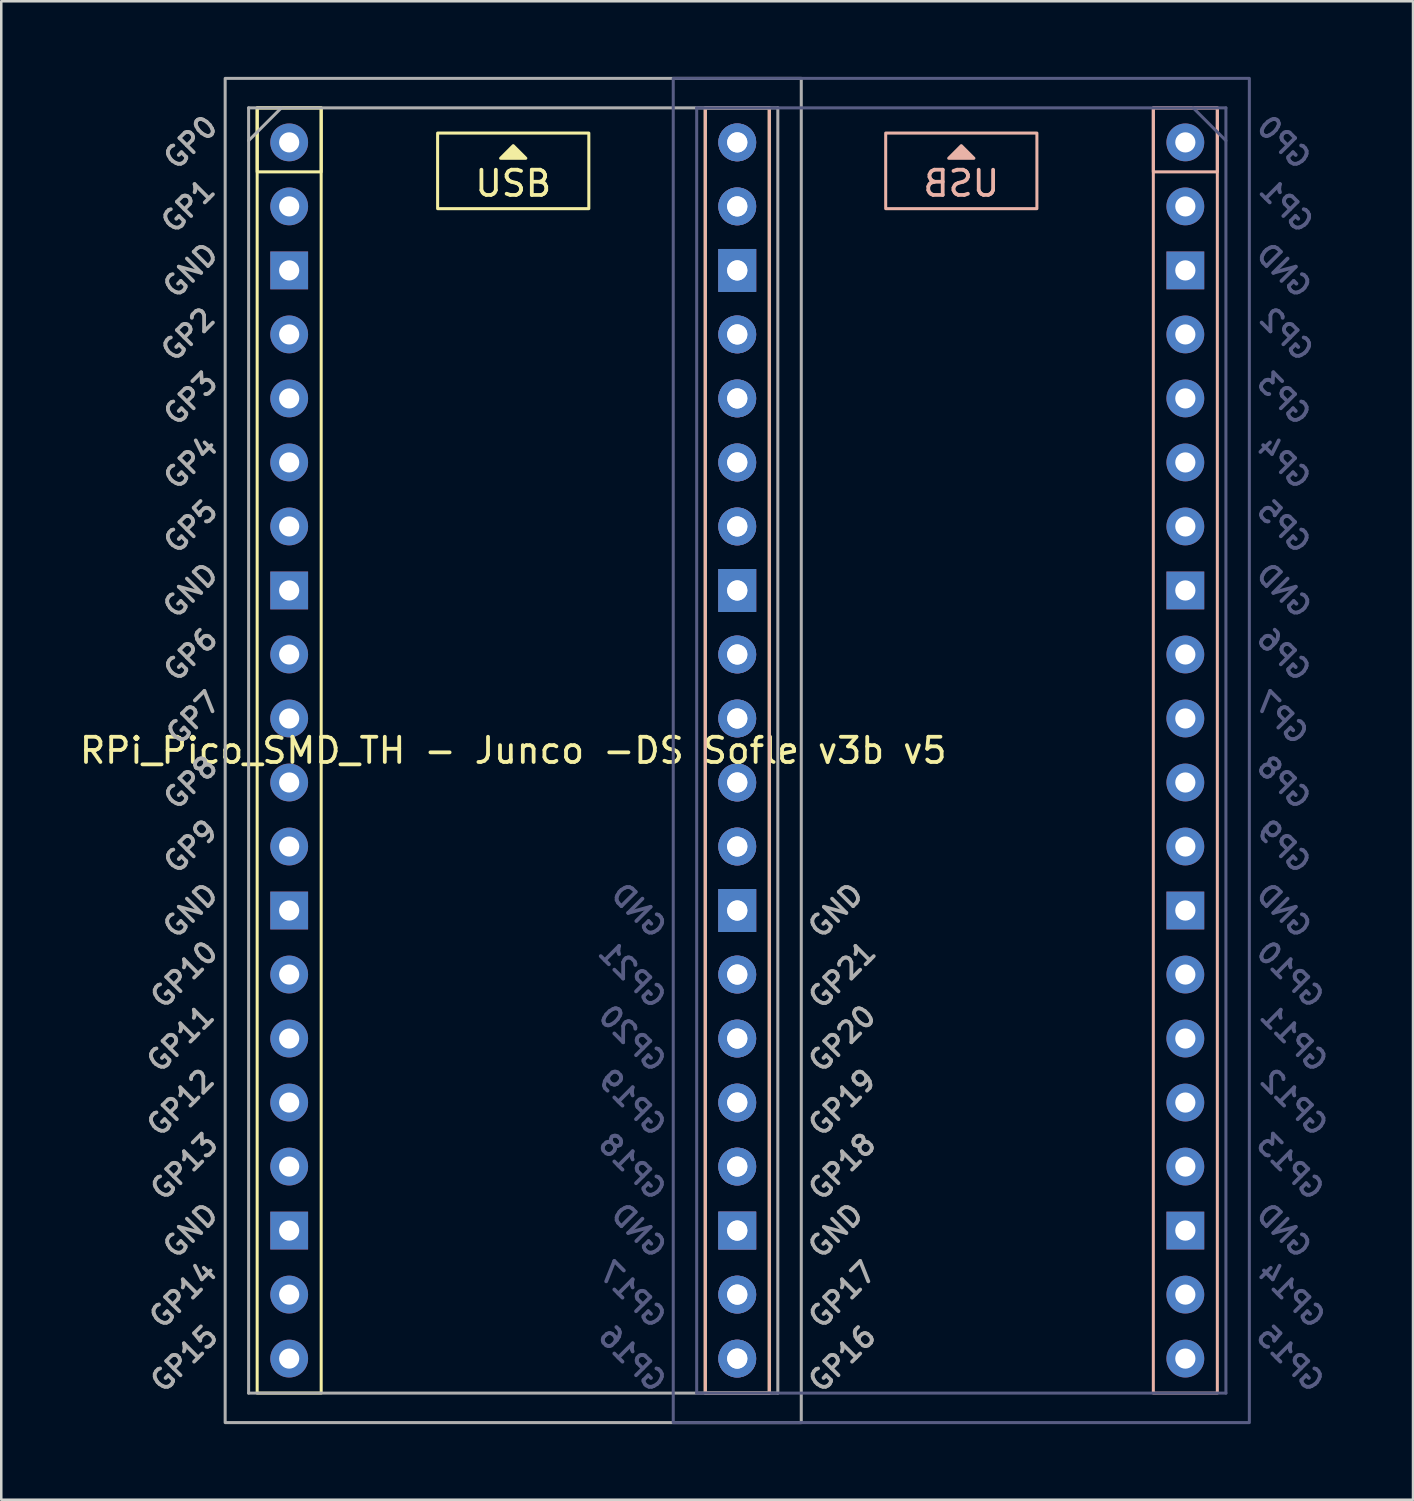
<source format=kicad_pcb>
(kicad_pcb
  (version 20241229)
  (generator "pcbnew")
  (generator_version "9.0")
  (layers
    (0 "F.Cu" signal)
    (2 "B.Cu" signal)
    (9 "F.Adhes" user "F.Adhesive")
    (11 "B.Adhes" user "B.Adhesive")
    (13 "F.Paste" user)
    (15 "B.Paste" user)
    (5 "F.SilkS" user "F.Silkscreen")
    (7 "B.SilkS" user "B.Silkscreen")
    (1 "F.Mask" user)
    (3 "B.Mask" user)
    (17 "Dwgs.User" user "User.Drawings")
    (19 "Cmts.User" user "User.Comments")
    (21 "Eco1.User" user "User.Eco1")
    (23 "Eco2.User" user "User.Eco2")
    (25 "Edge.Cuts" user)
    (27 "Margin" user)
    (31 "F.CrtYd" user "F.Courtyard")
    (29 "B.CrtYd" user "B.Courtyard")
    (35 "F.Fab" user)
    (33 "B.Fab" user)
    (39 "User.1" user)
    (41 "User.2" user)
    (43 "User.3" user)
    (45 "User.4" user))
  (footprint "RPi_Pico_SMD_TH - Junco -DS Sofle v3b v5"
    (layer "F.Cu")
    (at 25.724 26.73)
    (property "Reference" "RPi_Pico_SMD_TH - Junco -DS Sofle v3b v5" (at -8.409 0 0) (layer "F.SilkS") (effects (font (size 1 1) (thickness 0.15))))
    (attr through_hole)
    (fp_rect (start -18.569 -25.5) (end -16.029 -22.96) (stroke (width 0.12) (type default)) (fill no) (layer "F.SilkS"))
    (fp_rect (start -18.569 -25.5) (end -16.029 25.5) (stroke (width 0.12) (type default)) (fill no) (layer "F.SilkS"))
    (fp_rect (start -11.409 -24.5) (end -5.409 -21.5) (stroke (width 0.12) (type solid)) (fill no) (layer "F.SilkS"))
    (fp_rect (start -0.789 -25.5) (end 1.751 25.5) (stroke (width 0.12) (type default)) (fill no) (layer "F.SilkS"))
    (fp_poly (pts (xy -7.909 -23.5) (xy -8.909 -23.5) (xy -8.409 -24)) (stroke (width 0.12) (type solid)) (fill yes) (layer "F.SilkS"))
    (fp_rect (start 1.751 -25.5) (end -0.789 25.5) (stroke (width 0.12) (type default)) (fill no) (layer "B.SilkS"))
    (fp_rect (start 12.371 -24.5) (end 6.371 -21.5) (stroke (width 0.12) (type solid)) (fill no) (layer "B.SilkS"))
    (fp_rect (start 19.531 -25.5) (end 16.991 -22.96) (stroke (width 0.12) (type default)) (fill no) (layer "B.SilkS"))
    (fp_rect (start 19.531 -25.5) (end 16.991 25.5) (stroke (width 0.12) (type default)) (fill no) (layer "B.SilkS"))
    (fp_poly (pts (xy 8.871 -23.5) (xy 9.871 -23.5) (xy 9.371 -24)) (stroke (width 0.12) (type solid)) (fill yes) (layer "B.SilkS"))
    (fp_line (start -1.129 -25.5) (end -1.129 25.5) (stroke (width 0.12) (type solid)) (layer "B.Fab"))
    (fp_line (start -1.129 25.5) (end 19.871 25.5) (stroke (width 0.12) (type solid)) (layer "B.Fab"))
    (fp_line (start 19.871 -25.5) (end -1.129 -25.5) (stroke (width 0.12) (type solid)) (layer "B.Fab"))
    (fp_line (start 19.871 -24.2) (end 18.571 -25.5) (stroke (width 0.12) (type solid)) (layer "B.Fab"))
    (fp_line (start 19.871 25.5) (end 19.871 -25.5) (stroke (width 0.12) (type solid)) (layer "B.Fab"))
    (fp_rect (start 20.801 -26.67) (end -2.059 26.67) (stroke (width 0.12) (type solid)) (fill no) (layer "B.Fab"))
    (fp_line (start -18.909 -25.5) (end 2.091 -25.5) (stroke (width 0.12) (type solid)) (layer "F.Fab"))
    (fp_line (start -18.909 -24.2) (end -17.609 -25.5) (stroke (width 0.12) (type solid)) (layer "F.Fab"))
    (fp_line (start -18.909 25.5) (end -18.909 -25.5) (stroke (width 0.12) (type solid)) (layer "F.Fab"))
    (fp_line (start 2.091 -25.5) (end 2.091 25.5) (stroke (width 0.12) (type solid)) (layer "F.Fab"))
    (fp_line (start 2.091 25.5) (end -18.909 25.5) (stroke (width 0.12) (type solid)) (layer "F.Fab"))
    (fp_rect (start -19.839 -26.67) (end 3.021 26.67) (stroke (width 0.12) (type solid)) (fill no) (layer "F.Fab"))
    (fp_text user "USB" (at -8.409 -22.5 0) (unlocked yes) (layer "F.SilkS") (effects (font (size 1 1) (thickness 0.15))))
    (fp_text user "USB" (at 9.371 -22.5 0) (unlocked yes) (layer "B.SilkS") (effects (font (size 1 1) (thickness 0.15)) (justify mirror)))
    (fp_text user "GP14" (at 22.471 21.59 315) (layer "B.Fab") (effects (font (size 0.8 0.8) (thickness 0.15)) (justify mirror)))
    (fp_text user "GP4" (at 22.171 -11.43 315) (layer "B.Fab") (effects (font (size 0.8 0.8) (thickness 0.15)) (justify mirror)))
    (fp_text user "GP7" (at 22.071 -1.3 315) (layer "B.Fab") (effects (font (size 0.8 0.8) (thickness 0.15)) (justify mirror)))
    (fp_text user "GP2" (at 22.271 -16.51 315) (layer "B.Fab") (effects (font (size 0.8 0.8) (thickness 0.15)) (justify mirror)))
    (fp_text user "GP1" (at 22.271 -21.6 315) (layer "B.Fab") (effects (font (size 0.8 0.8) (thickness 0.15)) (justify mirror)))
    (fp_text user "GP21" (at -3.683 8.9 315) (layer "B.Fab") (effects (font (size 0.8 0.8) (thickness 0.15)) (justify mirror)))
    (fp_text user "GP15" (at 22.425 24.13 315) (layer "B.Fab") (effects (font (size 0.8 0.8) (thickness 0.15)) (justify mirror)))
    (fp_text user "GP13" (at 22.425 16.51 315) (layer "B.Fab") (effects (font (size 0.8 0.8) (thickness 0.15)) (justify mirror)))
    (fp_text user "GP10" (at 22.425 8.89 315) (layer "B.Fab") (effects (font (size 0.8 0.8) (thickness 0.15)) (justify mirror)))
    (fp_text user "GP11" (at 22.571 11.43 315) (layer "B.Fab") (effects (font (size 0.8 0.8) (thickness 0.15)) (justify mirror)))
    (fp_text user "GP3" (at 22.171 -13.97 315) (layer "B.Fab") (effects (font (size 0.8 0.8) (thickness 0.15)) (justify mirror)))
    (fp_text user "GP16" (at -3.683 24.13 315) (layer "B.Fab") (effects (font (size 0.8 0.8) (thickness 0.15)) (justify mirror)))
    (fp_text user "GP19" (at -3.683 13.97 315) (layer "B.Fab") (effects (font (size 0.8 0.8) (thickness 0.15)) (justify mirror)))
    (fp_text user "GP12" (at 22.571 13.97 315) (layer "B.Fab") (effects (font (size 0.8 0.8) (thickness 0.15)) (justify mirror)))
    (fp_text user "GP5" (at 22.171 -8.89 315) (layer "B.Fab") (effects (font (size 0.8 0.8) (thickness 0.15)) (justify mirror)))
    (fp_text user "GP20" (at -3.683 11.43 315) (layer "B.Fab") (effects (font (size 0.8 0.8) (thickness 0.15)) (justify mirror)))
    (fp_text user "GND" (at 22.171 -19.05 315) (layer "B.Fab") (effects (font (size 0.8 0.8) (thickness 0.15)) (justify mirror)))
    (fp_text user "GND" (at -3.429 19.05 315) (layer "B.Fab") (effects (font (size 0.8 0.8) (thickness 0.15)) (justify mirror)))
    (fp_text user "GP8" (at 22.171 1.27 315) (layer "B.Fab") (effects (font (size 0.8 0.8) (thickness 0.15)) (justify mirror)))
    (fp_text user "GND" (at 22.171 19.05 315) (layer "B.Fab") (effects (font (size 0.8 0.8) (thickness 0.15)) (justify mirror)))
    (fp_text user "GP17" (at -3.683 21.59 315) (layer "B.Fab") (effects (font (size 0.8 0.8) (thickness 0.15)) (justify mirror)))
    (fp_text user "GND" (at 22.171 -6.35 315) (layer "B.Fab") (effects (font (size 0.8 0.8) (thickness 0.15)) (justify mirror)))
    (fp_text user "GP9" (at 22.171 3.81 315) (layer "B.Fab") (effects (font (size 0.8 0.8) (thickness 0.15)) (justify mirror)))
    (fp_text user "GND" (at 22.171 6.35 315) (layer "B.Fab") (effects (font (size 0.8 0.8) (thickness 0.15)) (justify mirror)))
    (fp_text user "GP6" (at 22.171 -3.81 315) (layer "B.Fab") (effects (font (size 0.8 0.8) (thickness 0.15)) (justify mirror)))
    (fp_text user "GND" (at -3.429 6.35 315) (layer "B.Fab") (effects (font (size 0.8 0.8) (thickness 0.15)) (justify mirror)))
    (fp_text user "GP0" (at 22.171 -24.13 315) (layer "B.Fab") (effects (font (size 0.8 0.8) (thickness 0.15)) (justify mirror)))
    (fp_text user "GP18" (at -3.683 16.51 315) (layer "B.Fab") (effects (font (size 0.8 0.8) (thickness 0.15)) (justify mirror)))
    (fp_text user "GND" (at -21.209 -19.05 45) (layer "F.Fab") (effects (font (size 0.8 0.8) (thickness 0.15))))
    (fp_text user "GP8" (at -21.209 1.27 45) (layer "F.Fab") (effects (font (size 0.8 0.8) (thickness 0.15))))
    (fp_text user "GND" (at -21.209 -6.35 45) (layer "F.Fab") (effects (font (size 0.8 0.8) (thickness 0.15))))
    (fp_text user "GP11" (at -21.609 11.43 45) (layer "F.Fab") (effects (font (size 0.8 0.8) (thickness 0.15))))
    (fp_text user "GP7" (at -21.109 -1.3 45) (layer "F.Fab") (effects (font (size 0.8 0.8) (thickness 0.15))))
    (fp_text user "GP19" (at 4.645 13.97 45) (layer "F.Fab") (effects (font (size 0.8 0.8) (thickness 0.15))))
    (fp_text user "GP10" (at -21.463 8.89 45) (layer "F.Fab") (effects (font (size 0.8 0.8) (thickness 0.15))))
    (fp_text user "GND" (at -21.209 6.35 45) (layer "F.Fab") (effects (font (size 0.8 0.8) (thickness 0.15))))
    (fp_text user "GND" (at -21.209 19.05 45) (layer "F.Fab") (effects (font (size 0.8 0.8) (thickness 0.15))))
    (fp_text user "GP2" (at -21.309 -16.51 45) (layer "F.Fab") (effects (font (size 0.8 0.8) (thickness 0.15))))
    (fp_text user "GP9" (at -21.209 3.81 45) (layer "F.Fab") (effects (font (size 0.8 0.8) (thickness 0.15))))
    (fp_text user "GP12" (at -21.609 13.97 45) (layer "F.Fab") (effects (font (size 0.8 0.8) (thickness 0.15))))
    (fp_text user "GP15" (at -21.463 24.13 45) (layer "F.Fab") (effects (font (size 0.8 0.8) (thickness 0.15))))
    (fp_text user "GP3" (at -21.209 -13.97 45) (layer "F.Fab") (effects (font (size 0.8 0.8) (thickness 0.15))))
    (fp_text user "GP14" (at -21.509 21.59 45) (layer "F.Fab") (effects (font (size 0.8 0.8) (thickness 0.15))))
    (fp_text user "GP16" (at 4.645 24.13 45) (layer "F.Fab") (effects (font (size 0.8 0.8) (thickness 0.15))))
    (fp_text user "GP5" (at -21.209 -8.89 45) (layer "F.Fab") (effects (font (size 0.8 0.8) (thickness 0.15))))
    (fp_text user "GND" (at 4.391 19.05 45) (layer "F.Fab") (effects (font (size 0.8 0.8) (thickness 0.15))))
    (fp_text user "GP17" (at 4.645 21.59 45) (layer "F.Fab") (effects (font (size 0.8 0.8) (thickness 0.15))))
    (fp_text user "GP4" (at -21.209 -11.43 45) (layer "F.Fab") (effects (font (size 0.8 0.8) (thickness 0.15))))
    (fp_text user "GND" (at 4.391 6.35 45) (layer "F.Fab") (effects (font (size 0.8 0.8) (thickness 0.15))))
    (fp_text user "GP21" (at 4.645 8.9 45) (layer "F.Fab") (effects (font (size 0.8 0.8) (thickness 0.15))))
    (fp_text user "GP18" (at 4.645 16.51 45) (layer "F.Fab") (effects (font (size 0.8 0.8) (thickness 0.15))))
    (fp_text user "GP20" (at 4.645 11.43 45) (layer "F.Fab") (effects (font (size 0.8 0.8) (thickness 0.15))))
    (fp_text user "GP6" (at -21.209 -3.81 45) (layer "F.Fab") (effects (font (size 0.8 0.8) (thickness 0.15))))
    (fp_text user "GP13" (at -21.463 16.51 45) (layer "F.Fab") (effects (font (size 0.8 0.8) (thickness 0.15))))
    (fp_text user "GP1" (at -21.309 -21.6 45) (layer "F.Fab") (effects (font (size 0.8 0.8) (thickness 0.15))))
    (fp_text user "GP0" (at -21.209 -24.13 45) (layer "F.Fab") (effects (font (size 0.8 0.8) (thickness 0.15))))
    (pad "1" thru_hole circle (at -17.299 -24.13) (size 1.5 1.5) (drill 0.8) (layers "*.Cu" "B.Mask"))
    (pad "1" thru_hole circle (at 18.261 -24.13) (size 1.5 1.5) (drill 0.8) (layers "*.Cu" "F.Mask"))
    (pad "2" thru_hole circle (at -17.299 -21.59) (size 1.5 1.5) (drill 0.8) (layers "*.Cu" "B.Mask"))
    (pad "2" thru_hole circle (at 18.261 -21.59) (size 1.5 1.5) (drill 0.8) (layers "*.Cu" "F.Mask"))
    (pad "3" thru_hole rect (at -17.299 -19.05) (size 1.5 1.5) (drill 0.8) (layers "*.Cu" "B.Mask"))
    (pad "3" thru_hole rect (at 18.261 -19.05) (size 1.5 1.5) (drill 0.8) (layers "*.Cu" "F.Mask"))
    (pad "4" thru_hole circle (at -17.299 -16.51) (size 1.5 1.5) (drill 0.8) (layers "*.Cu" "B.Mask"))
    (pad "4" thru_hole circle (at 18.261 -16.51) (size 1.5 1.5) (drill 0.8) (layers "*.Cu" "F.Mask"))
    (pad "5" thru_hole circle (at -17.299 -13.97) (size 1.5 1.5) (drill 0.8) (layers "*.Cu" "B.Mask"))
    (pad "5" thru_hole circle (at 18.261 -13.97) (size 1.5 1.5) (drill 0.8) (layers "*.Cu" "F.Mask"))
    (pad "6" thru_hole circle (at -17.299 -11.43) (size 1.5 1.5) (drill 0.8) (layers "*.Cu" "B.Mask"))
    (pad "6" thru_hole circle (at 18.261 -11.43) (size 1.5 1.5) (drill 0.8) (layers "*.Cu" "F.Mask"))
    (pad "7" thru_hole circle (at -17.299 -8.89) (size 1.5 1.5) (drill 0.8) (layers "*.Cu" "B.Mask"))
    (pad "7" thru_hole circle (at 18.261 -8.89) (size 1.5 1.5) (drill 0.8) (layers "*.Cu" "F.Mask"))
    (pad "8" thru_hole rect (at -17.299 -6.35) (size 1.5 1.5) (drill 0.8) (layers "*.Cu" "B.Mask"))
    (pad "8" thru_hole rect (at 18.261 -6.35) (size 1.5 1.5) (drill 0.8) (layers "*.Cu" "F.Mask"))
    (pad "9" thru_hole circle (at -17.299 -3.81) (size 1.5 1.5) (drill 0.8) (layers "*.Cu" "B.Mask"))
    (pad "9" thru_hole circle (at 18.261 -3.81) (size 1.5 1.5) (drill 0.8) (layers "*.Cu" "F.Mask"))
    (pad "10" thru_hole circle (at -17.299 -1.27) (size 1.5 1.5) (drill 0.8) (layers "*.Cu" "B.Mask"))
    (pad "10" thru_hole circle (at 18.261 -1.27) (size 1.5 1.5) (drill 0.8) (layers "*.Cu" "F.Mask"))
    (pad "11" thru_hole circle (at -17.299 1.27) (size 1.5 1.5) (drill 0.8) (layers "*.Cu" "B.Mask"))
    (pad "11" thru_hole circle (at 18.261 1.27) (size 1.5 1.5) (drill 0.8) (layers "*.Cu" "F.Mask"))
    (pad "12" thru_hole circle (at -17.299 3.81) (size 1.5 1.5) (drill 0.8) (layers "*.Cu" "B.Mask"))
    (pad "12" thru_hole circle (at 18.261 3.81) (size 1.5 1.5) (drill 0.8) (layers "*.Cu" "F.Mask"))
    (pad "13" thru_hole rect (at -17.299 6.35) (size 1.5 1.5) (drill 0.8) (layers "*.Cu" "B.Mask"))
    (pad "13" thru_hole rect (at 18.261 6.35) (size 1.5 1.5) (drill 0.8) (layers "*.Cu" "F.Mask"))
    (pad "14" thru_hole circle (at -17.299 8.89) (size 1.5 1.5) (drill 0.8) (layers "*.Cu" "B.Mask"))
    (pad "14" thru_hole circle (at 18.261 8.89) (size 1.5 1.5) (drill 0.8) (layers "*.Cu" "F.Mask"))
    (pad "15" thru_hole circle (at -17.299 11.43) (size 1.5 1.5) (drill 0.8) (layers "*.Cu" "B.Mask"))
    (pad "15" thru_hole circle (at 18.261 11.43) (size 1.5 1.5) (drill 0.8) (layers "*.Cu" "F.Mask"))
    (pad "16" thru_hole circle (at -17.299 13.97) (size 1.5 1.5) (drill 0.8) (layers "*.Cu" "B.Mask"))
    (pad "16" thru_hole circle (at 18.261 13.97) (size 1.5 1.5) (drill 0.8) (layers "*.Cu" "F.Mask"))
    (pad "17" thru_hole circle (at -17.299 16.51) (size 1.5 1.5) (drill 0.8) (layers "*.Cu" "B.Mask"))
    (pad "17" thru_hole circle (at 18.261 16.51) (size 1.5 1.5) (drill 0.8) (layers "*.Cu" "F.Mask"))
    (pad "18" thru_hole rect (at -17.299 19.05) (size 1.5 1.5) (drill 0.8) (layers "*.Cu" "B.Mask"))
    (pad "18" thru_hole rect (at 18.261 19.05) (size 1.5 1.5) (drill 0.8) (layers "*.Cu" "F.Mask"))
    (pad "19" thru_hole circle (at -17.299 21.59) (size 1.5 1.5) (drill 0.8) (layers "*.Cu" "B.Mask"))
    (pad "19" thru_hole circle (at 18.261 21.59) (size 1.5 1.5) (drill 0.8) (layers "*.Cu" "F.Mask"))
    (pad "20" thru_hole circle (at -17.299 24.13) (size 1.5 1.5) (drill 0.8) (layers "*.Cu" "B.Mask"))
    (pad "20" thru_hole circle (at 18.261 24.13) (size 1.5 1.5) (drill 0.8) (layers "*.Cu" "F.Mask"))
    (pad "21" thru_hole circle (at 0.481 24.13) (size 1.5 1.5) (drill 0.8) (layers "*.Cu" "F.Mask"))
    (pad "21" thru_hole circle (at 0.481 24.13) (size 1.5 1.5) (drill 0.8) (layers "*.Cu" "B.Mask"))
    (pad "22" thru_hole circle (at 0.481 21.59) (size 1.5 1.5) (drill 0.8) (layers "*.Cu" "F.Mask"))
    (pad "22" thru_hole circle (at 0.481 21.59) (size 1.5 1.5) (drill 0.8) (layers "*.Cu" "B.Mask"))
    (pad "23" thru_hole rect (at 0.481 19.05) (size 1.5 1.5) (drill 0.8) (layers "*.Cu" "F.Mask"))
    (pad "23" thru_hole rect (at 0.481 19.05) (size 1.5 1.5) (drill 0.8) (layers "*.Cu" "B.Mask"))
    (pad "24" thru_hole circle (at 0.481 16.51) (size 1.5 1.5) (drill 0.8) (layers "*.Cu" "F.Mask"))
    (pad "24" thru_hole circle (at 0.481 16.51) (size 1.5 1.5) (drill 0.8) (layers "*.Cu" "B.Mask"))
    (pad "25" thru_hole circle (at 0.481 13.97) (size 1.5 1.5) (drill 0.8) (layers "*.Cu" "F.Mask"))
    (pad "25" thru_hole circle (at 0.481 13.97) (size 1.5 1.5) (drill 0.8) (layers "*.Cu" "B.Mask"))
    (pad "26" thru_hole circle (at 0.481 11.43) (size 1.5 1.5) (drill 0.8) (layers "*.Cu" "F.Mask"))
    (pad "26" thru_hole circle (at 0.481 11.43) (size 1.5 1.5) (drill 0.8) (layers "*.Cu" "B.Mask"))
    (pad "27" thru_hole circle (at 0.481 8.89) (size 1.5 1.5) (drill 0.8) (layers "*.Cu" "F.Mask"))
    (pad "27" thru_hole circle (at 0.481 8.89) (size 1.5 1.5) (drill 0.8) (layers "*.Cu" "B.Mask"))
    (pad "28" thru_hole rect (at 0.481 6.35) (size 1.5 1.7) (drill 0.8) (layers "*.Cu" "F.Mask"))
    (pad "28" thru_hole rect (at 0.481 6.35) (size 1.5 1.7) (drill 0.8) (layers "*.Cu" "B.Mask"))
    (pad "29" thru_hole circle (at 0.481 3.81) (size 1.5 1.5) (drill 0.8) (layers "*.Cu" "F.Mask"))
    (pad "29" thru_hole circle (at 0.481 3.81) (size 1.5 1.5) (drill 0.8) (layers "*.Cu" "B.Mask"))
    (pad "30" thru_hole circle (at 0.481 1.27) (size 1.5 1.5) (drill 0.8) (layers "*.Cu" "F.Mask"))
    (pad "30" thru_hole circle (at 0.481 1.27) (size 1.5 1.5) (drill 0.8) (layers "*.Cu" "B.Mask"))
    (pad "31" thru_hole circle (at 0.481 -1.27) (size 1.5 1.5) (drill 0.8) (layers "*.Cu" "F.Mask"))
    (pad "31" thru_hole circle (at 0.481 -1.27) (size 1.5 1.5) (drill 0.8) (layers "*.Cu" "B.Mask"))
    (pad "32" thru_hole circle (at 0.481 -3.81) (size 1.5 1.5) (drill 0.8) (layers "*.Cu" "F.Mask"))
    (pad "32" thru_hole circle (at 0.481 -3.81) (size 1.5 1.5) (drill 0.8) (layers "*.Cu" "B.Mask"))
    (pad "33" thru_hole rect (at 0.481 -6.35) (size 1.5 1.7) (drill 0.8) (layers "*.Cu" "F.Mask"))
    (pad "33" thru_hole rect (at 0.481 -6.35) (size 1.5 1.7) (drill 0.8) (layers "*.Cu" "B.Mask"))
    (pad "34" thru_hole circle (at 0.481 -8.89) (size 1.5 1.5) (drill 0.8) (layers "*.Cu" "F.Mask"))
    (pad "34" thru_hole circle (at 0.481 -8.89) (size 1.5 1.5) (drill 0.8) (layers "*.Cu" "B.Mask"))
    (pad "35" thru_hole circle (at 0.481 -11.43) (size 1.5 1.5) (drill 0.8) (layers "*.Cu" "F.Mask"))
    (pad "35" thru_hole circle (at 0.481 -11.43) (size 1.5 1.5) (drill 0.8) (layers "*.Cu" "B.Mask"))
    (pad "36" thru_hole circle (at 0.481 -13.97) (size 1.5 1.5) (drill 0.8) (layers "*.Cu" "F.Mask"))
    (pad "36" thru_hole circle (at 0.481 -13.97) (size 1.5 1.5) (drill 0.8) (layers "*.Cu" "B.Mask"))
    (pad "37" thru_hole circle (at 0.481 -16.51) (size 1.5 1.5) (drill 0.8) (layers "*.Cu" "F.Mask"))
    (pad "37" thru_hole circle (at 0.481 -16.51) (size 1.5 1.5) (drill 0.8) (layers "*.Cu" "B.Mask"))
    (pad "38" thru_hole rect (at 0.481 -19.05) (size 1.5 1.7) (drill 0.8) (layers "*.Cu" "F.Mask"))
    (pad "38" thru_hole rect (at 0.481 -19.05) (size 1.5 1.7) (drill 0.8) (layers "*.Cu" "B.Mask"))
    (pad "39" thru_hole circle (at 0.481 -21.59) (size 1.5 1.5) (drill 0.8) (layers "*.Cu" "F.Mask"))
    (pad "39" thru_hole circle (at 0.481 -21.59) (size 1.5 1.5) (drill 0.8) (layers "*.Cu" "B.Mask"))
    (pad "40" thru_hole circle (at 0.481 -24.13) (size 1.5 1.5) (drill 0.8) (layers "*.Cu" "F.Mask"))
    (pad "40" thru_hole circle (at 0.481 -24.13) (size 1.5 1.5) (drill 0.8) (layers "*.Cu" "B.Mask")))
  (gr_rect
    (start -3 -3)
    (end 53.02 56.46)
    (stroke (width 0.1) (type default))
    (fill no)
    (layer "Edge.Cuts")))
</source>
